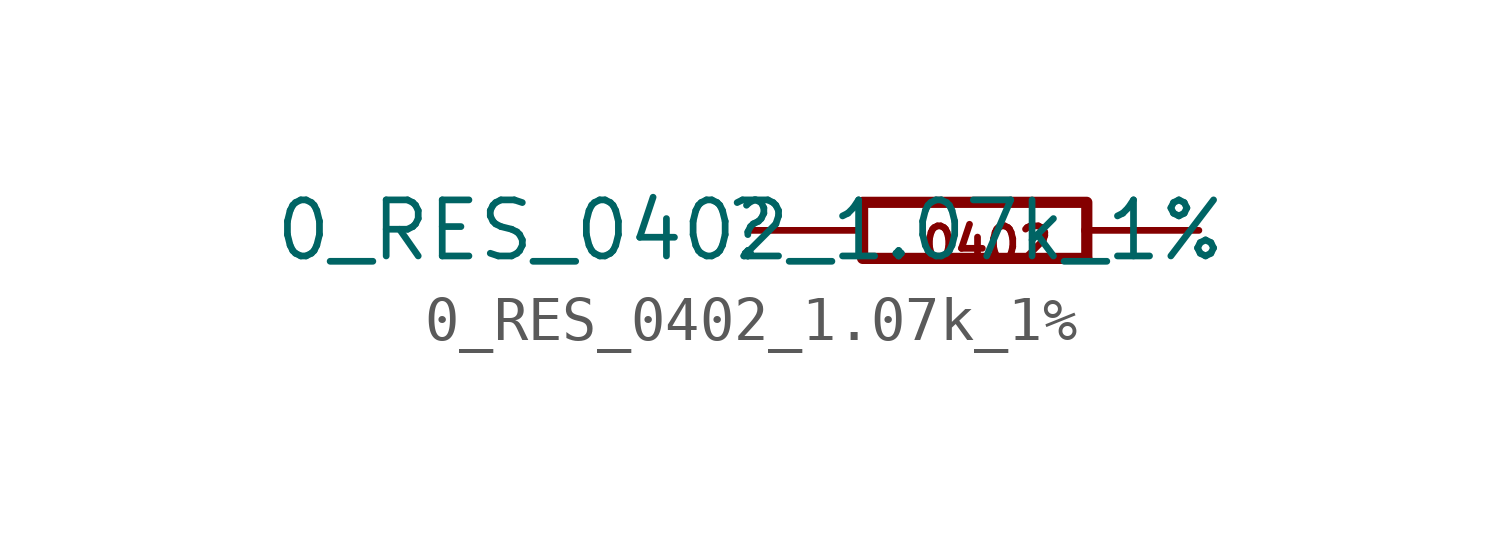
<source format=kicad_sym>
(kicad_symbol_lib
  (version 20211014)
  (generator kicad_symbol_editor)
  (symbol "0_RES_0402_1.07k_1%"
    (property "Reference" ""
      (at 0 0 0)
      (effects (font (size 1.27 1.27))))
    (property "Value" "0_RES_0402_1.07k_1%"
      (at 0 0 0)
      (effects (font (size 1.27 1.27))))
    (symbol "0_RES_0402_1.07k_1%_1_0"
      (polyline (pts (xy 7.62 -0.635) (xy 7.62 0)) (stroke (width 0.254) (type default) (color 0 0 0 0)) (fill (type none)))
      (polyline (pts (xy 7.62 0) (xy 7.62 0.635) (xy 2.54 0.635) (xy 2.54 -0.635) (xy 7.62 -0.635)) (stroke (width 0.254) (type default) (color 0 0 0 0)) (fill (type none)))
      (text "0402" (at 3.81 -0.762 0) (effects (font (size 0.762 0.762)) (justify left bottom)))
      (pin passive line (at 0 0 0) (length 2.54) (name "1" (effects (font (size 0 0)))) (number "1" (effects (font (size 0 0)))))
      (pin passive line (at 10.16 0 180) (length 2.54) (name "2" (effects (font (size 0 0)))) (number "2" (effects (font (size 0 0))))))))
</source>
